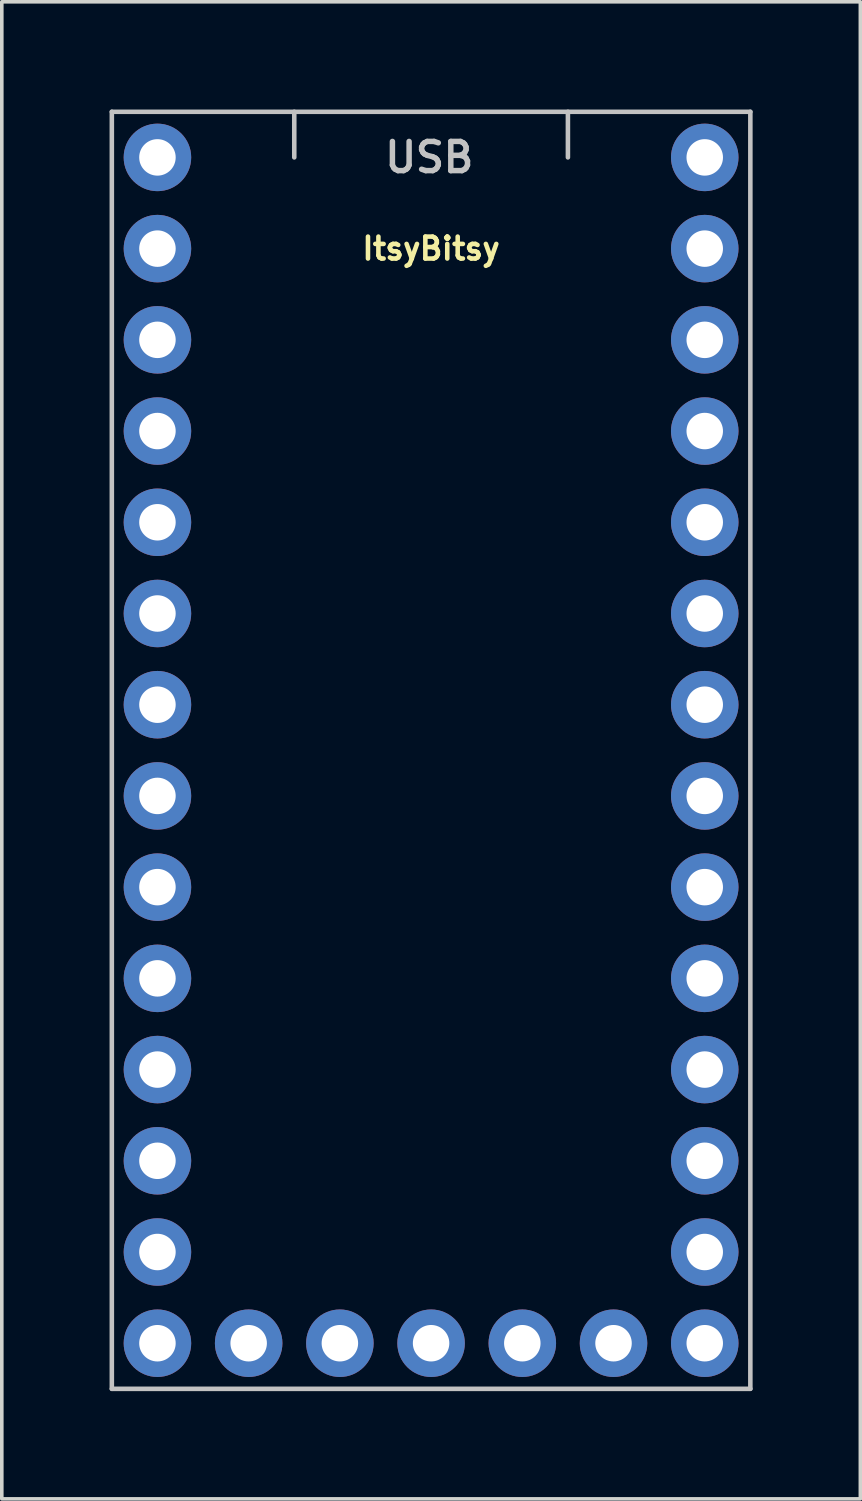
<source format=kicad_pcb>
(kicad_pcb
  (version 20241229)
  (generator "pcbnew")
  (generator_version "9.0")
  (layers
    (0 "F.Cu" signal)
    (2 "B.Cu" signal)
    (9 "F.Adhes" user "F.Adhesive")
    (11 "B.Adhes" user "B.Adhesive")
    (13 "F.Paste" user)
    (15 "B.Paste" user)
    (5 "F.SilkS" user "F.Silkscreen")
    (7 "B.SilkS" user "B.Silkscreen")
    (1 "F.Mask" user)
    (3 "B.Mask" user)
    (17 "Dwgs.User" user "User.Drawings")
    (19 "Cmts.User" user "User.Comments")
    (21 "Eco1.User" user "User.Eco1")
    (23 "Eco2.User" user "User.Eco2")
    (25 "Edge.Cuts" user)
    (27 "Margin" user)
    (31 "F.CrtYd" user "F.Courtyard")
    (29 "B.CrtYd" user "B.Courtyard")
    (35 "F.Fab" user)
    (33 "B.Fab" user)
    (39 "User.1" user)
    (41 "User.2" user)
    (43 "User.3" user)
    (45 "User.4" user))
  (footprint "ItsyBitsy"
    (layer "F.Cu")
    (at 8.954 17.843)
    (property "Reference" "ItsyBitsy" (at 0 -13.97 0) (layer "F.SilkS") (effects (font (size 0.61 0.61) (thickness 0.127))))
    (attr exclude_from_pos_files exclude_from_bom)
    (fp_line (start -8.89 -17.78) (end -8.89 17.78) (stroke (width 0.127) (type solid)) (layer "Dwgs.User"))
    (fp_line (start -8.89 17.78) (end 8.89 17.78) (stroke (width 0.127) (type solid)) (layer "Dwgs.User"))
    (fp_line (start -3.81 -16.51) (end -3.81 -17.78) (stroke (width 0.127) (type solid)) (layer "Dwgs.User"))
    (fp_line (start 3.81 -17.78) (end 3.81 -16.51) (stroke (width 0.127) (type solid)) (layer "Dwgs.User"))
    (fp_line (start 8.89 -17.78) (end -8.89 -17.78) (stroke (width 0.127) (type solid)) (layer "Dwgs.User"))
    (fp_line (start 8.89 17.78) (end 8.89 -17.78) (stroke (width 0.127) (type solid)) (layer "Dwgs.User"))
    (fp_text user "USB" (at -0.051 -16.51 0) (layer "Dwgs.User") (effects (font (size 0.813 0.813) (thickness 0.152))))
    (pad "1" thru_hole circle (at -7.62 -16.51) (size 1.88 1.88) (drill 1.016) (layers "*.Cu" "*.Mask"))
    (pad "2" thru_hole circle (at -7.62 -13.97) (size 1.88 1.88) (drill 1.016) (layers "*.Cu" "*.Mask"))
    (pad "3" thru_hole circle (at -7.62 -11.43) (size 1.88 1.88) (drill 1.016) (layers "*.Cu" "*.Mask"))
    (pad "4" thru_hole circle (at -7.62 -8.89) (size 1.88 1.88) (drill 1.016) (layers "*.Cu" "*.Mask"))
    (pad "5" thru_hole circle (at -7.62 -6.35) (size 1.88 1.88) (drill 1.016) (layers "*.Cu" "*.Mask"))
    (pad "6" thru_hole circle (at -7.62 -3.81) (size 1.88 1.88) (drill 1.016) (layers "*.Cu" "*.Mask"))
    (pad "7" thru_hole circle (at -7.62 -1.27) (size 1.88 1.88) (drill 1.016) (layers "*.Cu" "*.Mask"))
    (pad "8" thru_hole circle (at -7.62 1.27) (size 1.88 1.88) (drill 1.016) (layers "*.Cu" "*.Mask"))
    (pad "9" thru_hole circle (at -7.62 3.81) (size 1.88 1.88) (drill 1.016) (layers "*.Cu" "*.Mask"))
    (pad "10" thru_hole circle (at -7.62 6.35) (size 1.88 1.88) (drill 1.016) (layers "*.Cu" "*.Mask"))
    (pad "11" thru_hole circle (at -7.62 8.89) (size 1.88 1.88) (drill 1.016) (layers "*.Cu" "*.Mask"))
    (pad "12" thru_hole circle (at -7.62 11.43) (size 1.88 1.88) (drill 1.016) (layers "*.Cu" "*.Mask"))
    (pad "13" thru_hole circle (at -7.62 13.97) (size 1.88 1.88) (drill 1.016) (layers "*.Cu" "*.Mask"))
    (pad "14" thru_hole circle (at -7.62 16.51) (size 1.88 1.88) (drill 1.016) (layers "*.Cu" "*.Mask"))
    (pad "15" thru_hole circle (at -5.08 16.51) (size 1.88 1.88) (drill 1.016) (layers "*.Cu" "*.Mask"))
    (pad "16" thru_hole circle (at -2.54 16.51) (size 1.88 1.88) (drill 1.016) (layers "*.Cu" "*.Mask"))
    (pad "17" thru_hole circle (at 0 16.51) (size 1.88 1.88) (drill 1.016) (layers "*.Cu" "*.Mask"))
    (pad "18" thru_hole circle (at 2.54 16.51) (size 1.88 1.88) (drill 1.016) (layers "*.Cu" "*.Mask"))
    (pad "19" thru_hole circle (at 5.08 16.51) (size 1.88 1.88) (drill 1.016) (layers "*.Cu" "*.Mask"))
    (pad "20" thru_hole circle (at 7.62 16.51) (size 1.88 1.88) (drill 1.016) (layers "*.Cu" "*.Mask"))
    (pad "21" thru_hole circle (at 7.62 13.97) (size 1.88 1.88) (drill 1.016) (layers "*.Cu" "*.Mask"))
    (pad "22" thru_hole circle (at 7.62 11.43) (size 1.88 1.88) (drill 1.016) (layers "*.Cu" "*.Mask"))
    (pad "23" thru_hole circle (at 7.62 8.89) (size 1.88 1.88) (drill 1.016) (layers "*.Cu" "*.Mask"))
    (pad "24" thru_hole circle (at 7.62 6.35) (size 1.88 1.88) (drill 1.016) (layers "*.Cu" "*.Mask"))
    (pad "25" thru_hole circle (at 7.62 3.81) (size 1.88 1.88) (drill 1.016) (layers "*.Cu" "*.Mask"))
    (pad "26" thru_hole circle (at 7.62 1.27) (size 1.88 1.88) (drill 1.016) (layers "*.Cu" "*.Mask"))
    (pad "27" thru_hole circle (at 7.62 -1.27) (size 1.88 1.88) (drill 1.016) (layers "*.Cu" "*.Mask"))
    (pad "28" thru_hole circle (at 7.62 -3.81) (size 1.88 1.88) (drill 1.016) (layers "*.Cu" "*.Mask"))
    (pad "29" thru_hole circle (at 7.62 -6.35) (size 1.88 1.88) (drill 1.016) (layers "*.Cu" "*.Mask"))
    (pad "30" thru_hole circle (at 7.62 -8.89) (size 1.88 1.88) (drill 1.016) (layers "*.Cu" "*.Mask"))
    (pad "31" thru_hole circle (at 7.62 -11.43) (size 1.88 1.88) (drill 1.016) (layers "*.Cu" "*.Mask"))
    (pad "32" thru_hole circle (at 7.62 -13.97) (size 1.88 1.88) (drill 1.016) (layers "*.Cu" "*.Mask"))
    (pad "33" thru_hole circle (at 7.62 -16.51) (size 1.88 1.88) (drill 1.016) (layers "*.Cu" "*.Mask")))
  (gr_rect
    (start -3 -3)
    (end 20.907 38.687)
    (stroke (width 0.1) (type default))
    (fill no)
    (layer "Edge.Cuts")))
</source>
